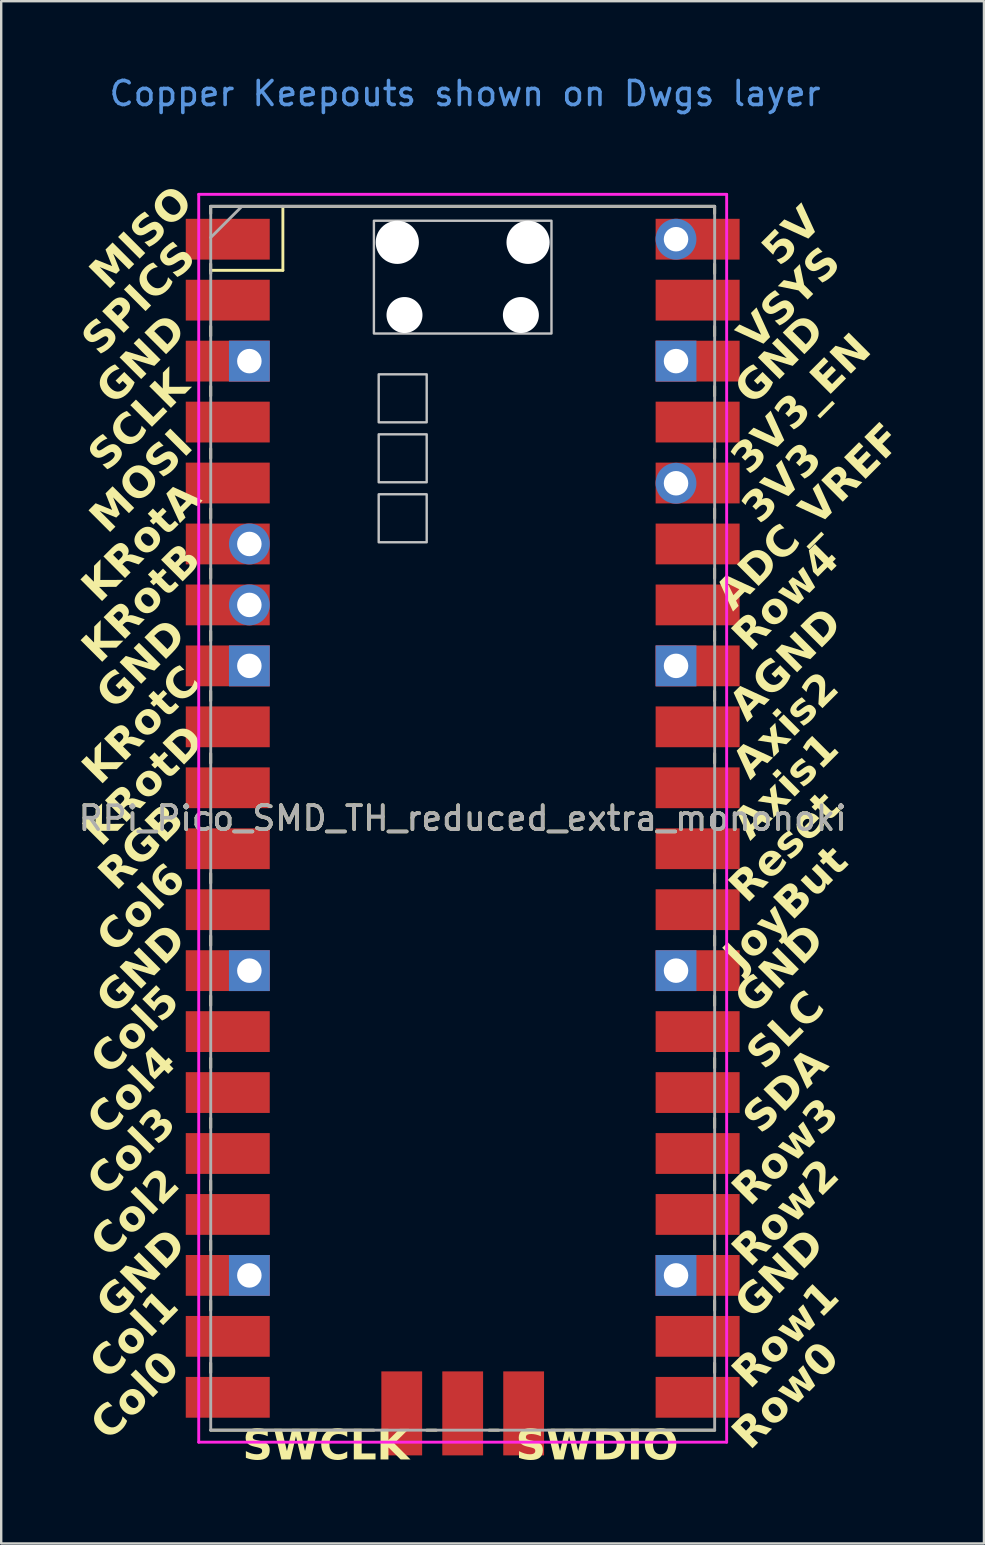
<source format=kicad_pcb>
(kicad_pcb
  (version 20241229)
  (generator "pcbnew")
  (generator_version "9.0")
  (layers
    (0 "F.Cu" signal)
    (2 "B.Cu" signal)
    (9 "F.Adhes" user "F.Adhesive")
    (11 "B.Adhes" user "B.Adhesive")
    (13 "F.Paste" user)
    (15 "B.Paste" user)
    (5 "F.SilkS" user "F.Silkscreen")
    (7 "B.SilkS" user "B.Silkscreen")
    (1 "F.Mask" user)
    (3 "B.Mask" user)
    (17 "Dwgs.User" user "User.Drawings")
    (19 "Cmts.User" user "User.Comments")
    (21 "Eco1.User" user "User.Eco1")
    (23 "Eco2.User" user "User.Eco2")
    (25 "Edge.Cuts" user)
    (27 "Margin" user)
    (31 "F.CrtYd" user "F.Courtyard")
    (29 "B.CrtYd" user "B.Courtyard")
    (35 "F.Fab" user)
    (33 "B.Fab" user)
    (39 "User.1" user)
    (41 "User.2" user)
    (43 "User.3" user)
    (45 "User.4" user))
  (footprint "RPi_Pico_SMD_TH_reduced_extra_mononoki"
    (layer "F.Cu")
    (at 16.231 31.048)
    (property "Reference" "RPi_Pico_SMD_TH_reduced_extra_mononoki" (at 0 0 0) (layer "F.SilkS") (effects (font (size 1 1) (thickness 0.15))))
    (attr through_hole)
    (fp_line (start -10.5 -25.5) (end -10.5 -25.2) (stroke (width 0.12) (type solid)) (layer "F.SilkS"))
    (fp_line (start -10.5 -25.5) (end 10.5 -25.5) (stroke (width 0.12) (type solid)) (layer "F.SilkS"))
    (fp_line (start -10.5 -23.1) (end -10.5 -22.7) (stroke (width 0.12) (type solid)) (layer "F.SilkS"))
    (fp_line (start -10.5 -22.833) (end -7.493 -22.833) (stroke (width 0.12) (type solid)) (layer "F.SilkS"))
    (fp_line (start -10.5 -20.5) (end -10.5 -20.1) (stroke (width 0.12) (type solid)) (layer "F.SilkS"))
    (fp_line (start -10.5 -18) (end -10.5 -17.6) (stroke (width 0.12) (type solid)) (layer "F.SilkS"))
    (fp_line (start -10.5 -15.4) (end -10.5 -15) (stroke (width 0.12) (type solid)) (layer "F.SilkS"))
    (fp_line (start -10.5 -12.9) (end -10.5 -12.5) (stroke (width 0.12) (type solid)) (layer "F.SilkS"))
    (fp_line (start -10.5 -10.4) (end -10.5 -10) (stroke (width 0.12) (type solid)) (layer "F.SilkS"))
    (fp_line (start -10.5 -7.8) (end -10.5 -7.4) (stroke (width 0.12) (type solid)) (layer "F.SilkS"))
    (fp_line (start -10.5 -5.3) (end -10.5 -4.9) (stroke (width 0.12) (type solid)) (layer "F.SilkS"))
    (fp_line (start -10.5 -2.7) (end -10.5 -2.3) (stroke (width 0.12) (type solid)) (layer "F.SilkS"))
    (fp_line (start -10.5 -0.2) (end -10.5 0.2) (stroke (width 0.12) (type solid)) (layer "F.SilkS"))
    (fp_line (start -10.5 2.3) (end -10.5 2.7) (stroke (width 0.12) (type solid)) (layer "F.SilkS"))
    (fp_line (start -10.5 4.9) (end -10.5 5.3) (stroke (width 0.12) (type solid)) (layer "F.SilkS"))
    (fp_line (start -10.5 7.4) (end -10.5 7.8) (stroke (width 0.12) (type solid)) (layer "F.SilkS"))
    (fp_line (start -10.5 10) (end -10.5 10.4) (stroke (width 0.12) (type solid)) (layer "F.SilkS"))
    (fp_line (start -10.5 12.5) (end -10.5 12.9) (stroke (width 0.12) (type solid)) (layer "F.SilkS"))
    (fp_line (start -10.5 15.1) (end -10.5 15.5) (stroke (width 0.12) (type solid)) (layer "F.SilkS"))
    (fp_line (start -10.5 17.6) (end -10.5 18) (stroke (width 0.12) (type solid)) (layer "F.SilkS"))
    (fp_line (start -10.5 20.1) (end -10.5 20.5) (stroke (width 0.12) (type solid)) (layer "F.SilkS"))
    (fp_line (start -10.5 22.7) (end -10.5 23.1) (stroke (width 0.12) (type solid)) (layer "F.SilkS"))
    (fp_line (start -7.493 -22.833) (end -7.493 -25.5) (stroke (width 0.12) (type solid)) (layer "F.SilkS"))
    (fp_line (start -3.7 25.5) (end -10.5 25.5) (stroke (width 0.12) (type solid)) (layer "F.SilkS"))
    (fp_line (start -1.5 25.5) (end -1.1 25.5) (stroke (width 0.12) (type solid)) (layer "F.SilkS"))
    (fp_line (start 1.1 25.5) (end 1.5 25.5) (stroke (width 0.12) (type solid)) (layer "F.SilkS"))
    (fp_line (start 10.5 -25.5) (end 10.5 -25.2) (stroke (width 0.12) (type solid)) (layer "F.SilkS"))
    (fp_line (start 10.5 -23.1) (end 10.5 -22.7) (stroke (width 0.12) (type solid)) (layer "F.SilkS"))
    (fp_line (start 10.5 -20.5) (end 10.5 -20.1) (stroke (width 0.12) (type solid)) (layer "F.SilkS"))
    (fp_line (start 10.5 -18) (end 10.5 -17.6) (stroke (width 0.12) (type solid)) (layer "F.SilkS"))
    (fp_line (start 10.5 -15.4) (end 10.5 -15) (stroke (width 0.12) (type solid)) (layer "F.SilkS"))
    (fp_line (start 10.5 -12.9) (end 10.5 -12.5) (stroke (width 0.12) (type solid)) (layer "F.SilkS"))
    (fp_line (start 10.5 -10.4) (end 10.5 -10) (stroke (width 0.12) (type solid)) (layer "F.SilkS"))
    (fp_line (start 10.5 -7.8) (end 10.5 -7.4) (stroke (width 0.12) (type solid)) (layer "F.SilkS"))
    (fp_line (start 10.5 -5.3) (end 10.5 -4.9) (stroke (width 0.12) (type solid)) (layer "F.SilkS"))
    (fp_line (start 10.5 -2.7) (end 10.5 -2.3) (stroke (width 0.12) (type solid)) (layer "F.SilkS"))
    (fp_line (start 10.5 -0.2) (end 10.5 0.2) (stroke (width 0.12) (type solid)) (layer "F.SilkS"))
    (fp_line (start 10.5 2.3) (end 10.5 2.7) (stroke (width 0.12) (type solid)) (layer "F.SilkS"))
    (fp_line (start 10.5 4.9) (end 10.5 5.3) (stroke (width 0.12) (type solid)) (layer "F.SilkS"))
    (fp_line (start 10.5 7.4) (end 10.5 7.8) (stroke (width 0.12) (type solid)) (layer "F.SilkS"))
    (fp_line (start 10.5 10) (end 10.5 10.4) (stroke (width 0.12) (type solid)) (layer "F.SilkS"))
    (fp_line (start 10.5 12.5) (end 10.5 12.9) (stroke (width 0.12) (type solid)) (layer "F.SilkS"))
    (fp_line (start 10.5 15.1) (end 10.5 15.5) (stroke (width 0.12) (type solid)) (layer "F.SilkS"))
    (fp_line (start 10.5 17.6) (end 10.5 18) (stroke (width 0.12) (type solid)) (layer "F.SilkS"))
    (fp_line (start 10.5 20.1) (end 10.5 20.5) (stroke (width 0.12) (type solid)) (layer "F.SilkS"))
    (fp_line (start 10.5 22.7) (end 10.5 23.1) (stroke (width 0.12) (type solid)) (layer "F.SilkS"))
    (fp_line (start 10.5 25.5) (end 3.7 25.5) (stroke (width 0.12) (type solid)) (layer "F.SilkS"))
    (fp_poly (pts (xy -1.5 -16.5) (xy -3.5 -16.5) (xy -3.5 -18.5) (xy -1.5 -18.5)) (stroke (width 0.1) (type solid)) (fill no) (layer "Dwgs.User"))
    (fp_poly (pts (xy -1.5 -14) (xy -3.5 -14) (xy -3.5 -16) (xy -1.5 -16)) (stroke (width 0.1) (type solid)) (fill no) (layer "Dwgs.User"))
    (fp_poly (pts (xy -1.5 -11.5) (xy -3.5 -11.5) (xy -3.5 -13.5) (xy -1.5 -13.5)) (stroke (width 0.1) (type solid)) (fill no) (layer "Dwgs.User"))
    (fp_poly (pts (xy 3.7 -20.2) (xy -3.7 -20.2) (xy -3.7 -24.9) (xy 3.7 -24.9)) (stroke (width 0.1) (type solid)) (fill no) (layer "Dwgs.User"))
    (fp_line (start -11 -26) (end -11 26) (stroke (width 0.12) (type default)) (layer "F.CrtYd"))
    (fp_line (start -11 -26) (end 11 -26) (stroke (width 0.12) (type solid)) (layer "F.CrtYd"))
    (fp_line (start 11 -26) (end 11 26) (stroke (width 0.12) (type solid)) (layer "F.CrtYd"))
    (fp_line (start 11 26) (end -11 26) (stroke (width 0.12) (type solid)) (layer "F.CrtYd"))
    (fp_line (start -10.5 -25.5) (end 10.5 -25.5) (stroke (width 0.12) (type solid)) (layer "F.Fab"))
    (fp_line (start -10.5 -24.2) (end -9.2 -25.5) (stroke (width 0.12) (type solid)) (layer "F.Fab"))
    (fp_line (start -10.5 25.5) (end -10.5 -25.5) (stroke (width 0.12) (type solid)) (layer "F.Fab"))
    (fp_line (start 10.5 -25.5) (end 10.5 25.5) (stroke (width 0.12) (type solid)) (layer "F.Fab"))
    (fp_line (start 10.5 25.5) (end -10.5 25.5) (stroke (width 0.12) (type solid)) (layer "F.Fab"))
    (fp_text user "Col6" (at -13.354 3.78 45) (unlocked yes) (layer "F.SilkS") (effects (font (face "Mononoki Nerd Font Mono") (size 1.25 1.25) (thickness 0.25) (bold yes))))
    (fp_text user "Row0" (at 13.5 24.1 45) (unlocked yes) (layer "F.SilkS") (effects (font (face "Mononoki Nerd Font Mono") (size 1.25 1.25) (thickness 0.25) (bold yes))))
    (fp_text user "GND" (at 13.246 6.32 45) (unlocked yes) (layer "F.SilkS") (effects (font (face "Mononoki Nerd Font Mono") (size 1.25 1.25) (thickness 0.25) (bold yes))))
    (fp_text user "ADC_VREF" (at 14.446 -12.53 45) (unlocked yes) (layer "F.SilkS") (effects (font (face "Mononoki Nerd Font Mono") (size 1.25 1.25) (thickness 0.25) (bold yes))))
    (fp_text user "MISO" (at -13.354 -24.16 45) (unlocked yes) (layer "F.SilkS") (effects (font (face "Mononoki Nerd Font Mono") (size 1.25 1.25) (thickness 0.25) (bold yes))))
    (fp_text user "SWDIO" (at 5.6 26.2 0) (layer "F.SilkS") (effects (font (face "Mononoki Nerd Font Mono") (size 1.25 1.25) (thickness 0.25) (bold yes))))
    (fp_text user "GND" (at -13.354 19.02 45) (unlocked yes) (layer "F.SilkS") (effects (font (face "Mononoki Nerd Font Mono") (size 1.25 1.25) (thickness 0.25) (bold yes))))
    (fp_text user "GND" (at 13.246 -19.08 45) (unlocked yes) (layer "F.SilkS") (effects (font (face "Mononoki Nerd Font Mono") (size 1.25 1.25) (thickness 0.25) (bold yes))))
    (fp_text user "Col1" (at -13.654 21.56 45) (unlocked yes) (layer "F.SilkS") (effects (font (face "Mononoki Nerd Font Mono") (size 1.25 1.25) (thickness 0.25) (bold yes))))
    (fp_text user "Col4" (at -13.754 11.4 45) (unlocked yes) (layer "F.SilkS") (effects (font (face "Mononoki Nerd Font Mono") (size 1.25 1.25) (thickness 0.25) (bold yes))))
    (fp_text user "Row4" (at 13.5 -9.174 45) (unlocked yes) (layer "F.SilkS") (effects (font (face "Mononoki Nerd Font Mono") (size 1.25 1.25) (thickness 0.25) (bold yes))))
    (fp_text user "Col2" (at -13.608 16.48 45) (unlocked yes) (layer "F.SilkS") (effects (font (face "Mononoki Nerd Font Mono") (size 1.25 1.25) (thickness 0.25) (bold yes))))
    (fp_text user "KRotD" (at -13.254 -1.33 45) (unlocked yes) (layer "F.SilkS") (effects (font (face "Mononoki Nerd Font Mono") (size 1.25 1.25) (thickness 0.25) (bold yes))))
    (fp_text user "Axis2" (at 13.5 -3.83 45) (unlocked yes) (layer "F.SilkS") (effects (font (face "Mononoki Nerd Font Mono") (size 1.25 1.25) (thickness 0.25) (bold yes))))
    (fp_text user "GND" (at 13.246 19.02 45) (unlocked yes) (layer "F.SilkS") (effects (font (face "Mononoki Nerd Font Mono") (size 1.25 1.25) (thickness 0.25) (bold yes))))
    (fp_text user "Row3" (at 13.5 13.94 45) (unlocked yes) (layer "F.SilkS") (effects (font (face "Mononoki Nerd Font Mono") (size 1.25 1.25) (thickness 0.25) (bold yes))))
    (fp_text user "GND" (at -13.354 -19.08 45) (unlocked yes) (layer "F.SilkS") (effects (font (face "Mononoki Nerd Font Mono") (size 1.25 1.25) (thickness 0.25) (bold yes))))
    (fp_text user "Row1" (at 13.5 21.56 45) (unlocked yes) (layer "F.SilkS") (effects (font (face "Mononoki Nerd Font Mono") (size 1.25 1.25) (thickness 0.25) (bold yes))))
    (fp_text user "5V" (at 13.746 -24.23 45) (unlocked yes) (layer "F.SilkS") (effects (font (face "Mononoki Nerd Font Mono") (size 1.25 1.25) (thickness 0.25) (bold yes))))
    (fp_text user "Axis1" (at 13.5 -1.3 45) (unlocked yes) (layer "F.SilkS") (effects (font (face "Mononoki Nerd Font Mono") (size 1.25 1.25) (thickness 0.25) (bold yes))))
    (fp_text user "GND" (at -13.354 -6.38 45) (unlocked yes) (layer "F.SilkS") (effects (font (face "Mononoki Nerd Font Mono") (size 1.25 1.25) (thickness 0.25) (bold yes))))
    (fp_text user "SPICS" (at -13.454 -21.63 45) (unlocked yes) (layer "F.SilkS") (effects (font (face "Mononoki Nerd Font Mono") (size 1.25 1.25) (thickness 0.25) (bold yes))))
    (fp_text user "KRotB" (at -13.354 -8.92 45) (unlocked yes) (layer "F.SilkS") (effects (font (face "Mononoki Nerd Font Mono") (size 1.25 1.25) (thickness 0.25) (bold yes))))
    (fp_text user "Reset" (at 13.446 1.24 45) (unlocked yes) (layer "F.SilkS") (effects (font (face "Mononoki Nerd Font Mono") (size 1.25 1.25) (thickness 0.25) (bold yes))))
    (fp_text user "Col5" (at -13.608 8.86 45) (unlocked yes) (layer "F.SilkS") (effects (font (face "Mononoki Nerd Font Mono") (size 1.25 1.25) (thickness 0.25) (bold yes))))
    (fp_text user "KRotA" (at -13.354 -11.46 45) (unlocked yes) (layer "F.SilkS") (effects (font (face "Mononoki Nerd Font Mono") (size 1.25 1.25) (thickness 0.25) (bold yes))))
    (fp_text user "Row2" (at 13.5 16.48 45) (unlocked yes) (layer "F.SilkS") (effects (font (face "Mononoki Nerd Font Mono") (size 1.25 1.25) (thickness 0.25) (bold yes))))
    (fp_text user "SWCLK" (at -5.7 26.2 0) (layer "F.SilkS") (effects (font (face "Mononoki Nerd Font Mono") (size 1.25 1.25) (thickness 0.25) (bold yes))))
    (fp_text user "VSYS" (at 13.646 -21.62 45) (unlocked yes) (layer "F.SilkS") (effects (font (face "Mononoki Nerd Font Mono") (size 1.25 1.25) (thickness 0.25) (bold yes))))
    (fp_text user "JoyBut" (at 13.5 3.78 45) (unlocked yes) (layer "F.SilkS") (effects (font (face "Mononoki Nerd Font Mono") (size 1.25 1.25) (thickness 0.25) (bold yes))))
    (fp_text user "Col3" (at -13.754 13.94 45) (unlocked yes) (layer "F.SilkS") (effects (font (face "Mononoki Nerd Font Mono") (size 1.25 1.25) (thickness 0.25) (bold yes))))
    (fp_text user "SCLK" (at -13.454 -16.54 45) (unlocked yes) (layer "F.SilkS") (effects (font (face "Mononoki Nerd Font Mono") (size 1.25 1.25) (thickness 0.25) (bold yes))))
    (fp_text user "SDA" (at 13.5 11.4 45) (unlocked yes) (layer "F.SilkS") (effects (font (face "Mononoki Nerd Font Mono") (size 1.25 1.25) (thickness 0.25) (bold yes))))
    (fp_text user "3V3_EN" (at 14.146 -17.23 45) (unlocked yes) (layer "F.SilkS") (effects (font (face "Mononoki Nerd Font Mono") (size 1.25 1.25) (thickness 0.25) (bold yes))))
    (fp_text user "RGB" (at -13.354 1.24 45) (unlocked yes) (layer "F.SilkS") (effects (font (face "Mononoki Nerd Font Mono") (size 1.25 1.25) (thickness 0.25) (bold yes))))
    (fp_text user "Col0" (at -13.608 24.1 45) (unlocked yes) (layer "F.SilkS") (effects (font (face "Mononoki Nerd Font Mono") (size 1.25 1.25) (thickness 0.25) (bold yes))))
    (fp_text user "MOSI" (at -13.354 -14 45) (unlocked yes) (layer "F.SilkS") (effects (font (face "Monofur Nerd Font Mono") (size 1.25 1.25) (thickness 0.25) (bold yes))))
    (fp_text user "AGND" (at 13.5 -6.38 45) (unlocked yes) (layer "F.SilkS") (effects (font (face "Mononoki Nerd Font Mono") (size 1.25 1.25) (thickness 0.25) (bold yes))))
    (fp_text user "GND" (at -13.354 6.32 45) (unlocked yes) (layer "F.SilkS") (effects (font (face "Mononoki Nerd Font Mono") (size 1.25 1.25) (thickness 0.25) (bold yes))))
    (fp_text user "KRotC" (at -13.354 -3.84 45) (unlocked yes) (layer "F.SilkS") (effects (font (face "Mononoki Nerd Font Mono") (size 1.25 1.25) (thickness 0.25) (bold yes))))
    (fp_text user "3V3" (at 13.346 -13.93 45) (unlocked yes) (layer "F.SilkS") (effects (font (face "Mononoki Nerd Font Mono") (size 1.25 1.25) (thickness 0.25) (bold yes))))
    (fp_text user "SLC" (at 13.5 8.87 45) (unlocked yes) (layer "F.SilkS") (effects (font (face "Mononoki Nerd Font Mono") (size 1.25 1.25) (thickness 0.25) (bold yes))))
    (fp_text user "Copper Keepouts shown on Dwgs layer" (at 0.1 -30.2 0) (layer "Cmts.User") (effects (font (size 1 1) (thickness 0.15))))
    (fp_text user "${REFERENCE}" (at 0 0 180) (layer "F.Fab") (effects (font (size 1 1) (thickness 0.15))))
    (pad "" np_thru_hole oval (at -2.725 -24) (size 1.8 1.8) (drill 1.8) (layers "*.Cu" "*.Mask"))
    (pad "" np_thru_hole oval (at -2.425 -20.97) (size 1.5 1.5) (drill 1.5) (layers "*.Cu" "*.Mask"))
    (pad "" np_thru_hole oval (at 2.425 -20.97) (size 1.5 1.5) (drill 1.5) (layers "*.Cu" "*.Mask"))
    (pad "" np_thru_hole oval (at 2.725 -24) (size 1.8 1.8) (drill 1.8) (layers "*.Cu" "*.Mask"))
    (pad "1" smd rect (at -8.89 -24.13) (size 3.5 1.7) (drill (offset -0.9 0)) (layers "F.Cu" "F.Mask"))
    (pad "2" smd rect (at -8.89 -21.59) (size 3.5 1.7) (drill (offset -0.9 0)) (layers "F.Cu" "F.Mask"))
    (pad "3" thru_hole rect (at -8.89 -19.05) (size 1.7 1.7) (drill 1.02) (layers "*.Cu" "*.Mask"))
    (pad "3" smd rect (at -8.89 -19.05) (size 3.5 1.7) (drill (offset -0.9 0)) (layers "F.Cu" "F.Mask"))
    (pad "4" smd rect (at -8.89 -16.51) (size 3.5 1.7) (drill (offset -0.9 0)) (layers "F.Cu" "F.Mask"))
    (pad "5" smd rect (at -8.89 -13.97) (size 3.5 1.7) (drill (offset -0.9 0)) (layers "F.Cu" "F.Mask"))
    (pad "6" thru_hole oval (at -8.89 -11.43) (size 1.7 1.7) (drill 1.02) (layers "*.Cu" "*.Mask"))
    (pad "6" smd rect (at -8.89 -11.43) (size 3.5 1.7) (drill (offset -0.9 0)) (layers "F.Cu" "F.Mask"))
    (pad "7" thru_hole oval (at -8.89 -8.89) (size 1.7 1.7) (drill 1.02) (layers "*.Cu" "*.Mask"))
    (pad "7" smd rect (at -8.89 -8.89) (size 3.5 1.7) (drill (offset -0.9 0)) (layers "F.Cu" "F.Mask"))
    (pad "8" thru_hole rect (at -8.89 -6.35) (size 1.7 1.7) (drill 1.02) (layers "*.Cu" "*.Mask"))
    (pad "8" smd rect (at -8.89 -6.35) (size 3.5 1.7) (drill (offset -0.9 0)) (layers "F.Cu" "F.Mask"))
    (pad "9" smd rect (at -8.89 -3.81) (size 3.5 1.7) (drill (offset -0.9 0)) (layers "F.Cu" "F.Mask"))
    (pad "10" smd rect (at -8.89 -1.27) (size 3.5 1.7) (drill (offset -0.9 0)) (layers "F.Cu" "F.Mask"))
    (pad "11" smd rect (at -8.89 1.27) (size 3.5 1.7) (drill (offset -0.9 0)) (layers "F.Cu" "F.Mask"))
    (pad "12" smd rect (at -8.89 3.81) (size 3.5 1.7) (drill (offset -0.9 0)) (layers "F.Cu" "F.Mask"))
    (pad "13" thru_hole rect (at -8.89 6.35) (size 1.7 1.7) (drill 1.02) (layers "*.Cu" "*.Mask"))
    (pad "13" smd rect (at -8.89 6.35) (size 3.5 1.7) (drill (offset -0.9 0)) (layers "F.Cu" "F.Mask"))
    (pad "14" smd rect (at -8.89 8.89) (size 3.5 1.7) (drill (offset -0.9 0)) (layers "F.Cu" "F.Mask"))
    (pad "15" smd rect (at -8.89 11.43) (size 3.5 1.7) (drill (offset -0.9 0)) (layers "F.Cu" "F.Mask"))
    (pad "16" smd rect (at -8.89 13.97) (size 3.5 1.7) (drill (offset -0.9 0)) (layers "F.Cu" "F.Mask"))
    (pad "17" smd rect (at -8.89 16.51) (size 3.5 1.7) (drill (offset -0.9 0)) (layers "F.Cu" "F.Mask"))
    (pad "18" thru_hole rect (at -8.89 19.05) (size 1.7 1.7) (drill 1.02) (layers "*.Cu" "*.Mask"))
    (pad "18" smd rect (at -8.89 19.05) (size 3.5 1.7) (drill (offset -0.9 0)) (layers "F.Cu" "F.Mask"))
    (pad "19" smd rect (at -8.89 21.59) (size 3.5 1.7) (drill (offset -0.9 0)) (layers "F.Cu" "F.Mask"))
    (pad "20" smd rect (at -8.89 24.13) (size 3.5 1.7) (drill (offset -0.9 0)) (layers "F.Cu" "F.Mask"))
    (pad "21" smd rect (at 8.89 24.13) (size 3.5 1.7) (drill (offset 0.9 0)) (layers "F.Cu" "F.Mask"))
    (pad "22" smd rect (at 8.89 21.59) (size 3.5 1.7) (drill (offset 0.9 0)) (layers "F.Cu" "F.Mask"))
    (pad "23" thru_hole rect (at 8.89 19.05) (size 1.7 1.7) (drill 1.02) (layers "*.Cu" "*.Mask"))
    (pad "23" smd rect (at 8.89 19.05) (size 3.5 1.7) (drill (offset 0.9 0)) (layers "F.Cu" "F.Mask"))
    (pad "24" smd rect (at 8.89 16.51) (size 3.5 1.7) (drill (offset 0.9 0)) (layers "F.Cu" "F.Mask"))
    (pad "25" smd rect (at 8.89 13.97) (size 3.5 1.7) (drill (offset 0.9 0)) (layers "F.Cu" "F.Mask"))
    (pad "26" smd rect (at 8.89 11.43) (size 3.5 1.7) (drill (offset 0.9 0)) (layers "F.Cu" "F.Mask"))
    (pad "27" smd rect (at 8.89 8.89) (size 3.5 1.7) (drill (offset 0.9 0)) (layers "F.Cu" "F.Mask"))
    (pad "28" thru_hole rect (at 8.89 6.35) (size 1.7 1.7) (drill 1.02) (layers "*.Cu" "*.Mask"))
    (pad "28" smd rect (at 8.89 6.35) (size 3.5 1.7) (drill (offset 0.9 0)) (layers "F.Cu" "F.Mask"))
    (pad "29" smd rect (at 8.89 3.81) (size 3.5 1.7) (drill (offset 0.9 0)) (layers "F.Cu" "F.Mask"))
    (pad "30" smd rect (at 8.89 1.27) (size 3.5 1.7) (drill (offset 0.9 0)) (layers "F.Cu" "F.Mask"))
    (pad "31" smd rect (at 8.89 -1.27) (size 3.5 1.7) (drill (offset 0.9 0)) (layers "F.Cu" "F.Mask"))
    (pad "32" smd rect (at 8.89 -3.81) (size 3.5 1.7) (drill (offset 0.9 0)) (layers "F.Cu" "F.Mask"))
    (pad "33" thru_hole rect (at 8.89 -6.35) (size 1.7 1.7) (drill 1.02) (layers "*.Cu" "*.Mask"))
    (pad "33" smd rect (at 8.89 -6.35) (size 3.5 1.7) (drill (offset 0.9 0)) (layers "F.Cu" "F.Mask"))
    (pad "34" smd rect (at 8.89 -8.89) (size 3.5 1.7) (drill (offset 0.9 0)) (layers "F.Cu" "F.Mask"))
    (pad "35" smd rect (at 8.89 -11.43) (size 3.5 1.7) (drill (offset 0.9 0)) (layers "F.Cu" "F.Mask"))
    (pad "36" smd rect (at 8.89 -13.97) (size 3.5 1.7) (drill (offset 0.9 0)) (layers "F.Cu" "F.Mask"))
    (pad "36" thru_hole oval (at 8.89 -13.96) (size 1.7 1.7) (drill 1.02) (layers "*.Cu" "*.Mask"))
    (pad "37" smd rect (at 8.89 -16.51) (size 3.5 1.7) (drill (offset 0.9 0)) (layers "F.Cu" "F.Mask"))
    (pad "38" thru_hole rect (at 8.89 -19.05) (size 1.7 1.7) (drill 1.02) (layers "*.Cu" "*.Mask"))
    (pad "38" smd rect (at 8.89 -19.05) (size 3.5 1.7) (drill (offset 0.9 0)) (layers "F.Cu" "F.Mask"))
    (pad "39" smd rect (at 8.89 -21.59) (size 3.5 1.7) (drill (offset 0.9 0)) (layers "F.Cu" "F.Mask"))
    (pad "40" thru_hole oval (at 8.89 -24.13) (size 1.7 1.7) (drill 1.02) (layers "*.Cu" "*.Mask"))
    (pad "40" smd rect (at 8.89 -24.13) (size 3.5 1.7) (drill (offset 0.9 0)) (layers "F.Cu" "F.Mask"))
    (pad "41" smd rect (at -2.54 23.9 90) (size 3.5 1.7) (drill (offset -0.9 0)) (layers "F.Cu" "F.Mask"))
    (pad "42" smd rect (at 0 23.9 90) (size 3.5 1.7) (drill (offset -0.9 0)) (layers "F.Cu" "F.Mask"))
    (pad "43" smd rect (at 2.54 23.9 90) (size 3.5 1.7) (drill (offset -0.9 0)) (layers "F.Cu" "F.Mask")))
  (gr_rect
    (start -3 -3)
    (end 37.953 61.269)
    (stroke (width 0.1) (type default))
    (fill no)
    (layer "Edge.Cuts")))
</source>
